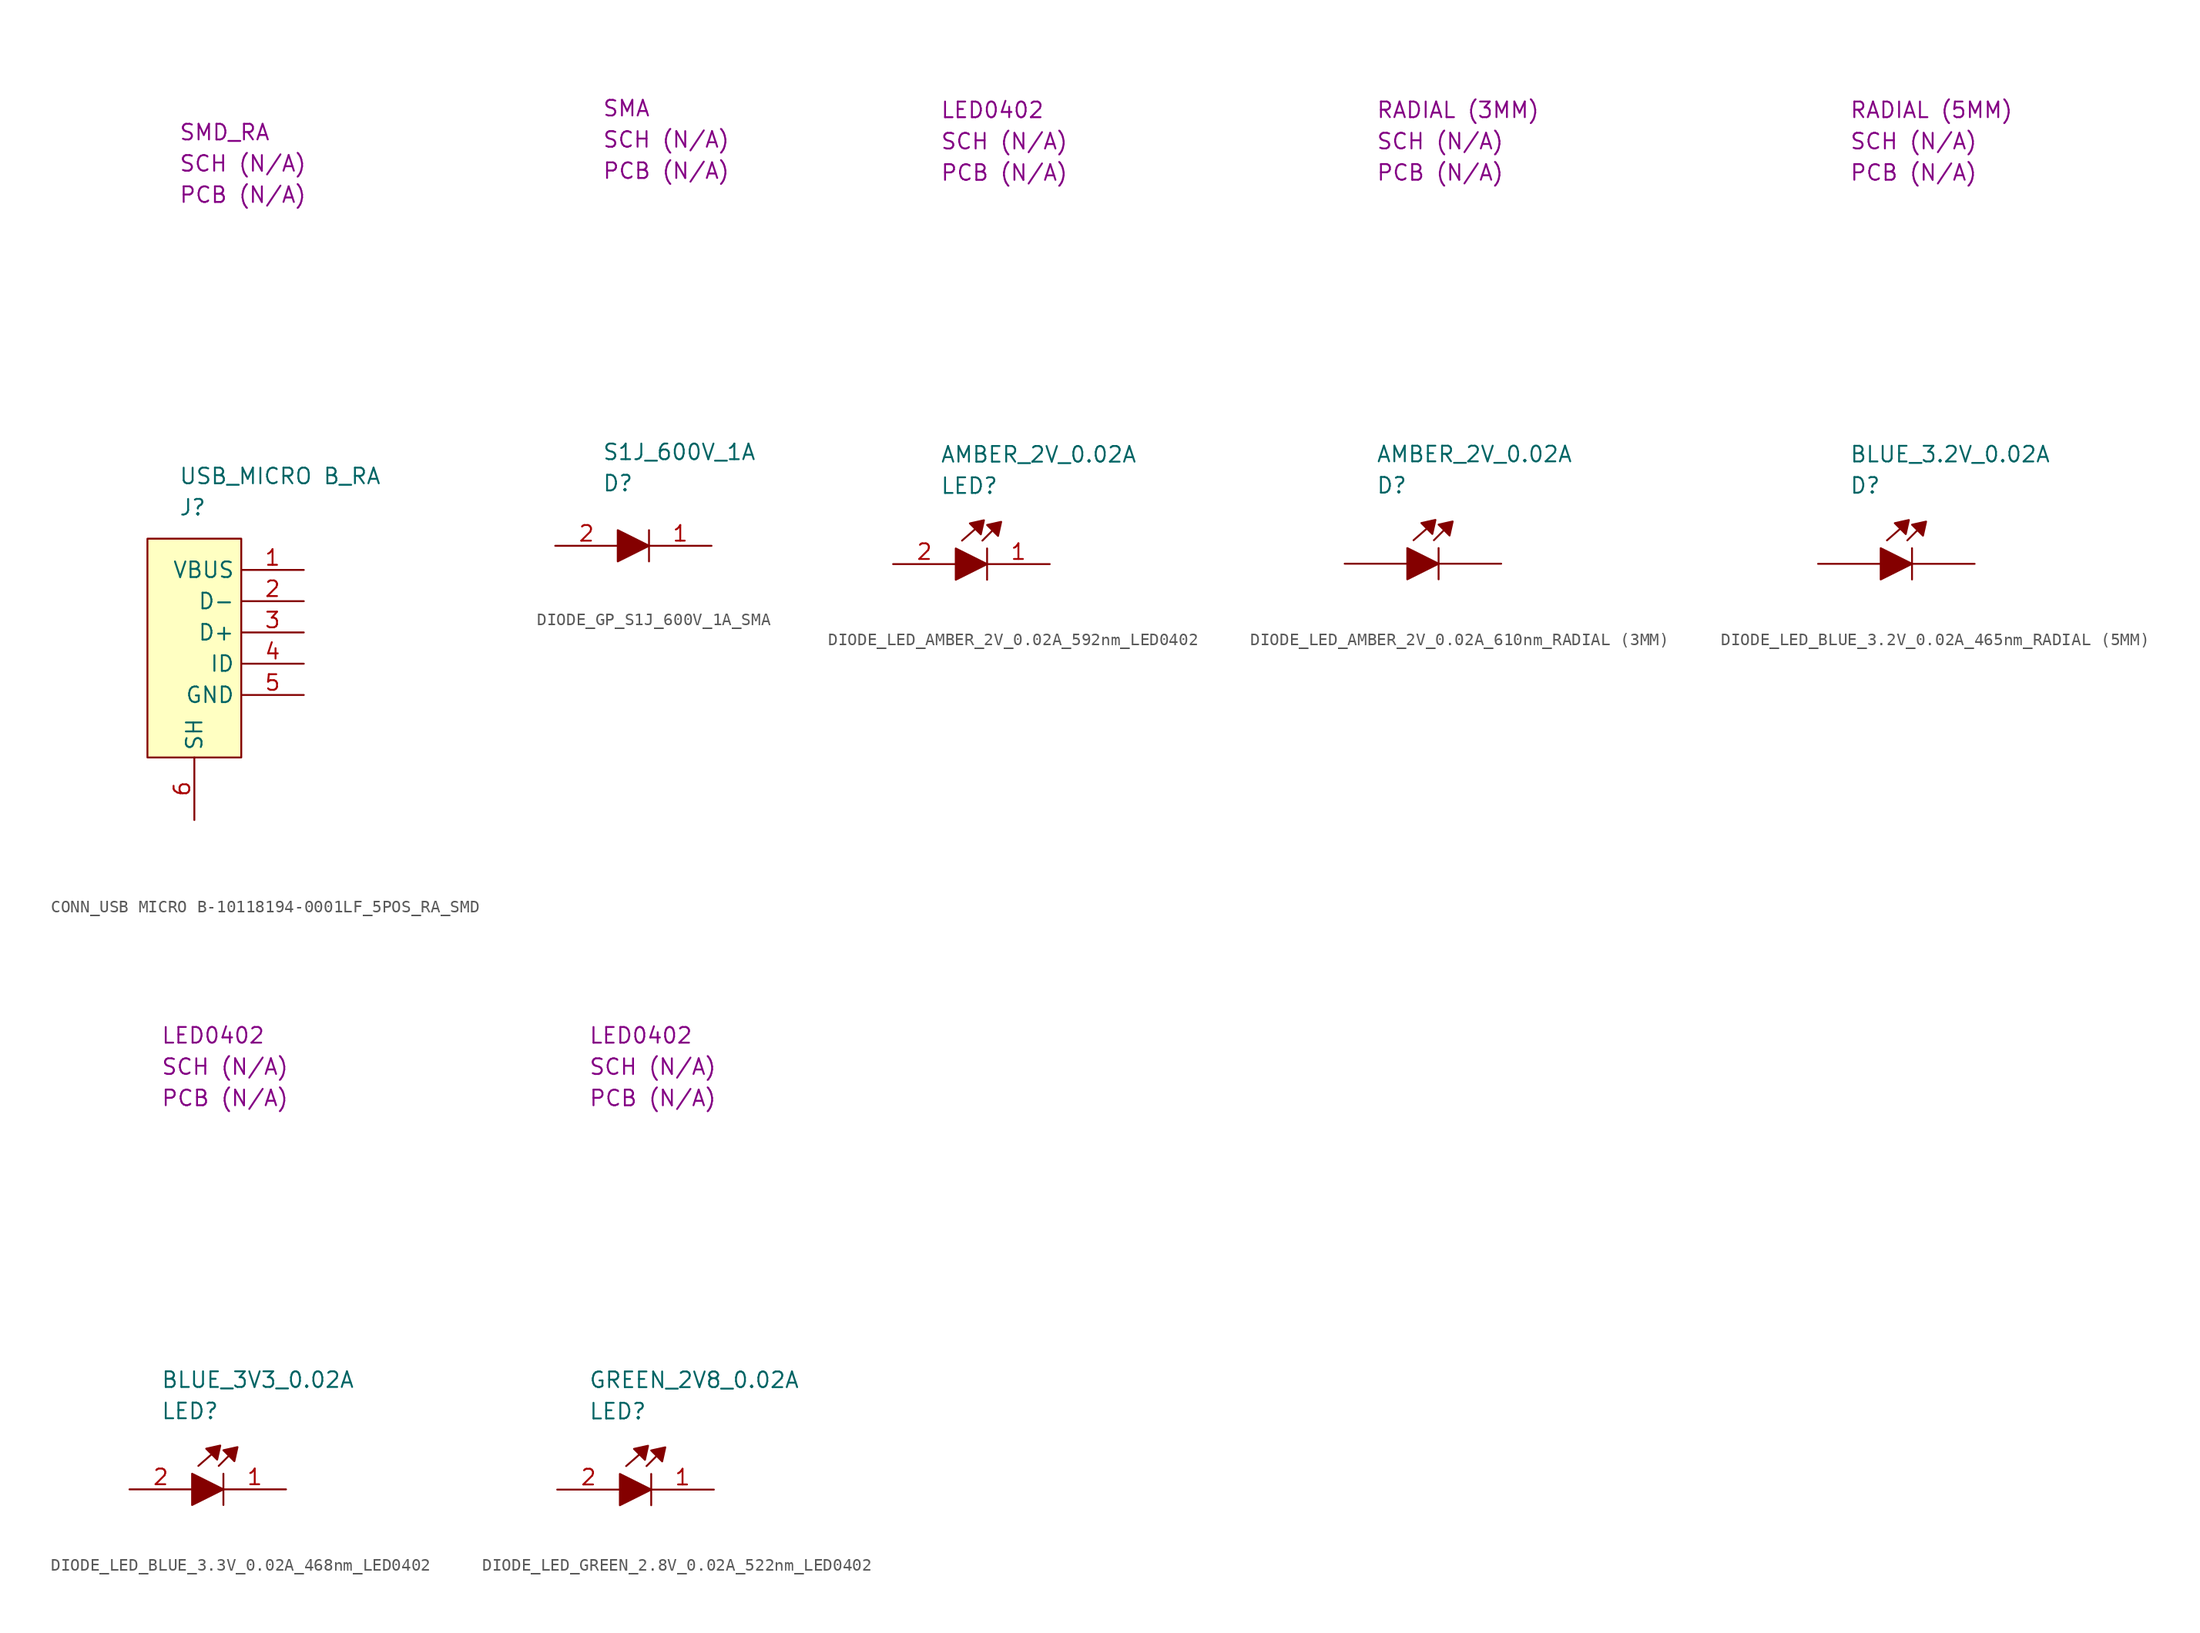
<source format=kicad_sym>
(kicad_symbol_lib
  (version 20220914)
  (generator kicad_symbol_editor)
  (symbol "CONN_USB MICRO B-10118194-0001LF_5POS_RA_SMD"
    (property "Reference" "J"
      (at 2.54 2.54 0)
      (effects (font (size 1.27 1.27)) (justify left)))
    (property "Value" "USB_MICRO B_RA"
      (at 2.54 5.08 0)
      (effects (font (size 1.27 1.27)) (justify left)))
    (property "SCH CHECK" "SCH (N/A)"
      (at 2.54 30.48 0)
      (effects (font (size 1.27 1.27)) (justify left)))
    (property "Package" "SMD_RA"
      (at 2.54 33.02 0)
      (effects (font (size 1.27 1.27)) (justify left)))
    (property "PCB CHECk" "PCB (N/A)"
      (at 2.54 27.94 0)
      (effects (font (size 1.27 1.27)) (justify left)))
    (symbol "CONN_USB MICRO B-10118194-0001LF_5POS_RA_SMD_0_1"
      (rectangle (start 0 0) (end 7.62 -17.78) (stroke (width 0) (type default)) (fill (type background))))
    (symbol "CONN_USB MICRO B-10118194-0001LF_5POS_RA_SMD_1_1"
      (pin passive line (at 12.7 -2.54 180) (length 5.08) (name "VBUS" (effects (font (size 1.27 1.27)))) (number "1" (effects (font (size 1.27 1.27)))))
      (pin passive line (at 12.7 -5.08 180) (length 5.08) (name "D-" (effects (font (size 1.27 1.27)))) (number "2" (effects (font (size 1.27 1.27)))))
      (pin passive line (at 12.7 -7.62 180) (length 5.08) (name "D+" (effects (font (size 1.27 1.27)))) (number "3" (effects (font (size 1.27 1.27)))))
      (pin passive line (at 12.7 -10.16 180) (length 5.08) (name "ID" (effects (font (size 1.27 1.27)))) (number "4" (effects (font (size 1.27 1.27)))))
      (pin passive line (at 12.7 -12.7 180) (length 5.08) (name "GND" (effects (font (size 1.27 1.27)))) (number "5" (effects (font (size 1.27 1.27)))))
      (pin passive line (at 3.81 -22.86 90) (length 5.08) (name "SH" (effects (font (size 1.27 1.27)))) (number "6" (effects (font (size 1.27 1.27)))))))
  (symbol "DIODE_GP_S1J_600V_1A_SMA"
    (property "Reference" "D"
      (at 3.81 5.08 0)
      (effects (font (size 1.27 1.27)) (justify left)))
    (property "Value" "S1J_600V_1A"
      (at 3.81 7.62 0)
      (effects (font (size 1.27 1.27)) (justify left)))
    (property "SCH CHECK" "SCH (N/A)"
      (at 3.81 33.02 0)
      (effects (font (size 1.27 1.27)) (justify left)))
    (property "Package" "SMA"
      (at 3.81 35.56 0)
      (effects (font (size 1.27 1.27)) (justify left)))
    (property "PCB CHECk" "PCB (N/A)"
      (at 3.81 30.48 0)
      (effects (font (size 1.27 1.27)) (justify left)))
    (symbol "DIODE_GP_S1J_600V_1A_SMA_0_1"
      (polyline (pts (xy 7.62 1.27) (xy 7.62 -1.27)) (stroke (width 0) (type default)) (fill (type none)))
      (polyline (pts (xy 5.08 1.27) (xy 5.08 -1.27) (xy 7.62 0) (xy 5.08 1.27)) (stroke (width 0) (type default)) (fill (type outline))))
    (symbol "DIODE_GP_S1J_600V_1A_SMA_1_1"
      (pin passive line (at 12.7 0 180) (length 5.08) (name "" (effects (font (size 1.27 1.27)))) (number "1" (effects (font (size 1.27 1.27)))))
      (pin passive line (at 0 0 0) (length 5.08) (name "" (effects (font (size 1.27 1.27)))) (number "2" (effects (font (size 1.27 1.27)))))))
  (symbol "DIODE_LED_AMBER_2V_0.02A_592nm_LED0402"
    (property "Reference" "LED"
      (at 3.81 6.35 0)
      (effects (font (size 1.27 1.27)) (justify left)))
    (property "Value" "AMBER_2V_0.02A"
      (at 3.81 8.89 0)
      (effects (font (size 1.27 1.27)) (justify left)))
    (property "SCH CHECK" "SCH (N/A)"
      (at 3.81 34.29 0)
      (effects (font (size 1.27 1.27)) (justify left)))
    (property "Package" "LED0402"
      (at 3.81 36.83 0)
      (effects (font (size 1.27 1.27)) (justify left)))
    (property "PCB CHECk" "PCB (N/A)"
      (at 3.81 31.75 0)
      (effects (font (size 1.27 1.27)) (justify left)))
    (symbol "DIODE_LED_AMBER_2V_0.02A_592nm_LED0402_0_1"
      (polyline (pts (xy 5.588 1.905) (xy 6.604 2.794)) (stroke (width 0) (type default)) (fill (type none)))
      (polyline (pts (xy 7.239 1.905) (xy 8.001 2.667)) (stroke (width 0) (type default)) (fill (type none)))
      (polyline (pts (xy 7.62 -1.27) (xy 7.62 1.27)) (stroke (width 0) (type default)) (fill (type none)))
      (polyline (pts (xy 5.08 1.27) (xy 5.08 -1.27) (xy 7.62 0) (xy 5.08 1.27)) (stroke (width 0) (type default)) (fill (type outline)))
      (polyline (pts (xy 6.223 3.302) (xy 7.112 2.413) (xy 7.366 3.556) (xy 6.223 3.302)) (stroke (width 0) (type default)) (fill (type outline)))
      (polyline (pts (xy 7.62 3.175) (xy 8.509 2.286) (xy 8.763 3.429) (xy 7.62 3.175)) (stroke (width 0) (type default)) (fill (type outline))))
    (symbol "DIODE_LED_AMBER_2V_0.02A_592nm_LED0402_1_1"
      (pin passive line (at 12.7 0 180) (length 5.08) (name "" (effects (font (size 1.27 1.27)))) (number "1" (effects (font (size 1.27 1.27)))))
      (pin passive line (at 0 0 0) (length 5.08) (name "" (effects (font (size 1.27 1.27)))) (number "2" (effects (font (size 1.27 1.27)))))))
  (symbol "DIODE_LED_AMBER_2V_0.02A_610nm_RADIAL (3MM)"
    (property "Reference" "D"
      (at 2.54 6.35 0)
      (effects (font (size 1.27 1.27)) (justify left)))
    (property "Value" "AMBER_2V_0.02A"
      (at 2.54 8.89 0)
      (effects (font (size 1.27 1.27)) (justify left)))
    (property "SCH CHECK" "SCH (N/A)"
      (at 2.54 34.29 0)
      (effects (font (size 1.27 1.27)) (justify left)))
    (property "Package" "RADIAL (3MM)"
      (at 2.54 36.83 0)
      (effects (font (size 1.27 1.27)) (justify left)))
    (property "PCB CHECk" "PCB (N/A)"
      (at 2.54 31.75 0)
      (effects (font (size 1.27 1.27)) (justify left)))
    (symbol "DIODE_LED_AMBER_2V_0.02A_610nm_RADIAL (3MM)_0_1"
      (polyline (pts (xy 5.08 0) (xy 0 0)) (stroke (width 0) (type default)) (fill (type none)))
      (polyline (pts (xy 5.588 1.905) (xy 6.604 2.794)) (stroke (width 0) (type default)) (fill (type none)))
      (polyline (pts (xy 7.239 1.905) (xy 8.001 2.667)) (stroke (width 0) (type default)) (fill (type none)))
      (polyline (pts (xy 7.62 -1.27) (xy 7.62 1.27)) (stroke (width 0) (type default)) (fill (type none)))
      (polyline (pts (xy 12.7 0) (xy 7.62 0)) (stroke (width 0) (type default)) (fill (type none)))
      (polyline (pts (xy 5.08 1.27) (xy 5.08 -1.27) (xy 7.62 0) (xy 5.08 1.27)) (stroke (width 0) (type default)) (fill (type outline)))
      (polyline (pts (xy 6.223 3.302) (xy 7.112 2.413) (xy 7.366 3.556) (xy 6.223 3.302)) (stroke (width 0) (type default)) (fill (type outline)))
      (polyline (pts (xy 7.62 3.175) (xy 8.509 2.286) (xy 8.763 3.429) (xy 7.62 3.175)) (stroke (width 0) (type default)) (fill (type outline)))))
  (symbol "DIODE_LED_BLUE_3.2V_0.02A_465nm_RADIAL (5MM)"
    (property "Reference" "D"
      (at 2.54 6.35 0)
      (effects (font (size 1.27 1.27)) (justify left)))
    (property "Value" "BLUE_3.2V_0.02A"
      (at 2.54 8.89 0)
      (effects (font (size 1.27 1.27)) (justify left)))
    (property "SCH CHECK" "SCH (N/A)"
      (at 2.54 34.29 0)
      (effects (font (size 1.27 1.27)) (justify left)))
    (property "Package" "RADIAL (5MM)"
      (at 2.54 36.83 0)
      (effects (font (size 1.27 1.27)) (justify left)))
    (property "PCB CHECk" "PCB (N/A)"
      (at 2.54 31.75 0)
      (effects (font (size 1.27 1.27)) (justify left)))
    (symbol "DIODE_LED_BLUE_3.2V_0.02A_465nm_RADIAL (5MM)_0_1"
      (polyline (pts (xy 5.08 0) (xy 0 0)) (stroke (width 0) (type default)) (fill (type none)))
      (polyline (pts (xy 5.588 1.905) (xy 6.604 2.794)) (stroke (width 0) (type default)) (fill (type none)))
      (polyline (pts (xy 7.239 1.905) (xy 8.001 2.667)) (stroke (width 0) (type default)) (fill (type none)))
      (polyline (pts (xy 7.62 -1.27) (xy 7.62 1.27)) (stroke (width 0) (type default)) (fill (type none)))
      (polyline (pts (xy 12.7 0) (xy 7.62 0)) (stroke (width 0) (type default)) (fill (type none)))
      (polyline (pts (xy 5.08 1.27) (xy 5.08 -1.27) (xy 7.62 0) (xy 5.08 1.27)) (stroke (width 0) (type default)) (fill (type outline)))
      (polyline (pts (xy 6.223 3.302) (xy 7.112 2.413) (xy 7.366 3.556) (xy 6.223 3.302)) (stroke (width 0) (type default)) (fill (type outline)))
      (polyline (pts (xy 7.62 3.175) (xy 8.509 2.286) (xy 8.763 3.429) (xy 7.62 3.175)) (stroke (width 0) (type default)) (fill (type outline)))))
  (symbol "DIODE_LED_BLUE_3.3V_0.02A_468nm_LED0402"
    (property "Reference" "LED"
      (at 2.54 6.35 0)
      (effects (font (size 1.27 1.27)) (justify left)))
    (property "Value" "BLUE_3V3_0.02A"
      (at 2.54 8.89 0)
      (effects (font (size 1.27 1.27)) (justify left)))
    (property "SCH CHECK" "SCH (N/A)"
      (at 2.54 34.29 0)
      (effects (font (size 1.27 1.27)) (justify left)))
    (property "Package" "LED0402"
      (at 2.54 36.83 0)
      (effects (font (size 1.27 1.27)) (justify left)))
    (property "PCB CHECk" "PCB (N/A)"
      (at 2.54 31.75 0)
      (effects (font (size 1.27 1.27)) (justify left)))
    (symbol "DIODE_LED_BLUE_3.3V_0.02A_468nm_LED0402_0_1"
      (polyline (pts (xy 5.588 1.905) (xy 6.604 2.794)) (stroke (width 0) (type default)) (fill (type none)))
      (polyline (pts (xy 7.239 1.905) (xy 8.001 2.667)) (stroke (width 0) (type default)) (fill (type none)))
      (polyline (pts (xy 7.62 -1.27) (xy 7.62 1.27)) (stroke (width 0) (type default)) (fill (type none)))
      (polyline (pts (xy 5.08 1.27) (xy 5.08 -1.27) (xy 7.62 0) (xy 5.08 1.27)) (stroke (width 0) (type default)) (fill (type outline)))
      (polyline (pts (xy 6.223 3.302) (xy 7.112 2.413) (xy 7.366 3.556) (xy 6.223 3.302)) (stroke (width 0) (type default)) (fill (type outline)))
      (polyline (pts (xy 7.62 3.175) (xy 8.509 2.286) (xy 8.763 3.429) (xy 7.62 3.175)) (stroke (width 0) (type default)) (fill (type outline))))
    (symbol "DIODE_LED_BLUE_3.3V_0.02A_468nm_LED0402_1_1"
      (pin passive line (at 12.7 0 180) (length 5.08) (name "" (effects (font (size 1.27 1.27)))) (number "1" (effects (font (size 1.27 1.27)))))
      (pin passive line (at 0 0 0) (length 5.08) (name "" (effects (font (size 1.27 1.27)))) (number "2" (effects (font (size 1.27 1.27)))))))
  (symbol "DIODE_LED_GREEN_2.8V_0.02A_522nm_LED0402"
    (property "Reference" "LED"
      (at 2.54 6.35 0)
      (effects (font (size 1.27 1.27)) (justify left)))
    (property "Value" "GREEN_2V8_0.02A"
      (at 2.54 8.89 0)
      (effects (font (size 1.27 1.27)) (justify left)))
    (property "SCH CHECK" "SCH (N/A)"
      (at 2.54 34.29 0)
      (effects (font (size 1.27 1.27)) (justify left)))
    (property "Package" "LED0402"
      (at 2.54 36.83 0)
      (effects (font (size 1.27 1.27)) (justify left)))
    (property "PCB CHECk" "PCB (N/A)"
      (at 2.54 31.75 0)
      (effects (font (size 1.27 1.27)) (justify left)))
    (symbol "DIODE_LED_GREEN_2.8V_0.02A_522nm_LED0402_0_1"
      (polyline (pts (xy 5.588 1.905) (xy 6.604 2.794)) (stroke (width 0) (type default)) (fill (type none)))
      (polyline (pts (xy 7.239 1.905) (xy 8.001 2.667)) (stroke (width 0) (type default)) (fill (type none)))
      (polyline (pts (xy 7.62 -1.27) (xy 7.62 1.27)) (stroke (width 0) (type default)) (fill (type none)))
      (polyline (pts (xy 5.08 1.27) (xy 5.08 -1.27) (xy 7.62 0) (xy 5.08 1.27)) (stroke (width 0) (type default)) (fill (type outline)))
      (polyline (pts (xy 6.223 3.302) (xy 7.112 2.413) (xy 7.366 3.556) (xy 6.223 3.302)) (stroke (width 0) (type default)) (fill (type outline)))
      (polyline (pts (xy 7.62 3.175) (xy 8.509 2.286) (xy 8.763 3.429) (xy 7.62 3.175)) (stroke (width 0) (type default)) (fill (type outline))))
    (symbol "DIODE_LED_GREEN_2.8V_0.02A_522nm_LED0402_1_1"
      (pin passive line (at 12.7 0 180) (length 5.08) (name "" (effects (font (size 1.27 1.27)))) (number "1" (effects (font (size 1.27 1.27)))))
      (pin passive line (at 0 0 0) (length 5.08) (name "" (effects (font (size 1.27 1.27)))) (number "2" (effects (font (size 1.27 1.27))))))))
</source>
